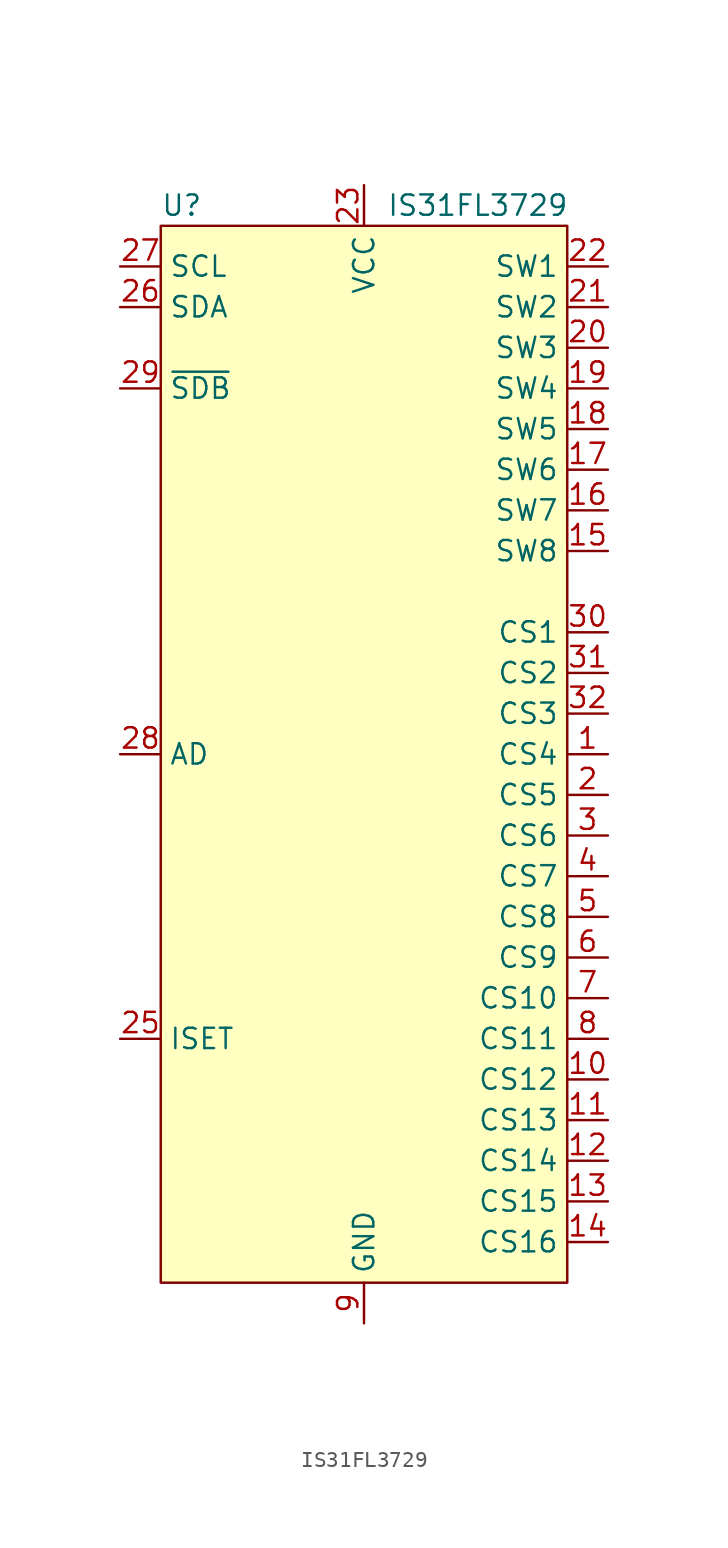
<source format=kicad_sym>
(kicad_symbol_lib
  (version 20241209)
  (generator "kicad_symbol_editor")
  (generator_version "9.0")
  (symbol "IS31FL3729"
    (property "Reference" "U"
      (at -12.7 34.29 0)
      (effects (font (size 1.27 1.27)) (justify left)))
    (property "Value" "IS31FL3729"
      (at 7.112 34.29 0)
      (effects (font (size 1.27 1.27))))
    (symbol "IS31FL3729_1_1"
      (rectangle (start -12.7 33.02) (end 12.7 -33.02) (stroke (width 0) (type solid)) (fill (type background)))
      (pin input line (at -15.24 30.48 0) (length 2.54) (name "SCL" (effects (font (size 1.27 1.27)))) (number "27" (effects (font (size 1.27 1.27)))))
      (pin input line (at -15.24 27.94 0) (length 2.54) (name "SDA" (effects (font (size 1.27 1.27)))) (number "26" (effects (font (size 1.27 1.27)))))
      (pin input line (at -15.24 22.86 0) (length 2.54) (name "~{SDB}" (effects (font (size 1.27 1.27)))) (number "29" (effects (font (size 1.27 1.27)))))
      (pin input line (at -15.24 0 0) (length 2.54) (name "AD" (effects (font (size 1.27 1.27)))) (number "28" (effects (font (size 1.27 1.27)))))
      (pin input line (at -15.24 -17.78 0) (length 2.54) (name "ISET" (effects (font (size 1.27 1.27)))) (number "25" (effects (font (size 1.27 1.27)))))
      (pin power_in line (at 0 35.56 270) (length 2.54) (name "VCC" (effects (font (size 1.27 1.27)))) (number "23" (effects (font (size 1.27 1.27)))))
      (pin power_in line (at 0 -35.56 90) (length 2.54) (hide yes) (name "GND" (effects (font (size 1.27 1.27)))) (number "24" (effects (font (size 1.27 1.27)))))
      (pin power_in line (at 0 -35.56 90) (length 2.54) (hide yes) (name "GND" (effects (font (size 1.27 1.27)))) (number "33" (effects (font (size 1.27 1.27)))))
      (pin power_in line (at 0 -35.56 90) (length 2.54) (name "GND" (effects (font (size 1.27 1.27)))) (number "9" (effects (font (size 1.27 1.27)))))
      (pin output line (at 15.24 30.48 180) (length 2.54) (name "SW1" (effects (font (size 1.27 1.27)))) (number "22" (effects (font (size 1.27 1.27)))))
      (pin output line (at 15.24 27.94 180) (length 2.54) (name "SW2" (effects (font (size 1.27 1.27)))) (number "21" (effects (font (size 1.27 1.27)))))
      (pin output line (at 15.24 25.4 180) (length 2.54) (name "SW3" (effects (font (size 1.27 1.27)))) (number "20" (effects (font (size 1.27 1.27)))))
      (pin output line (at 15.24 22.86 180) (length 2.54) (name "SW4" (effects (font (size 1.27 1.27)))) (number "19" (effects (font (size 1.27 1.27)))))
      (pin output line (at 15.24 20.32 180) (length 2.54) (name "SW5" (effects (font (size 1.27 1.27)))) (number "18" (effects (font (size 1.27 1.27)))))
      (pin output line (at 15.24 17.78 180) (length 2.54) (name "SW6" (effects (font (size 1.27 1.27)))) (number "17" (effects (font (size 1.27 1.27)))))
      (pin output line (at 15.24 15.24 180) (length 2.54) (name "SW7" (effects (font (size 1.27 1.27)))) (number "16" (effects (font (size 1.27 1.27)))))
      (pin output line (at 15.24 12.7 180) (length 2.54) (name "SW8" (effects (font (size 1.27 1.27)))) (number "15" (effects (font (size 1.27 1.27)))))
      (pin input line (at 15.24 7.62 180) (length 2.54) (name "CS1" (effects (font (size 1.27 1.27)))) (number "30" (effects (font (size 1.27 1.27)))))
      (pin input line (at 15.24 5.08 180) (length 2.54) (name "CS2" (effects (font (size 1.27 1.27)))) (number "31" (effects (font (size 1.27 1.27)))))
      (pin input line (at 15.24 2.54 180) (length 2.54) (name "CS3" (effects (font (size 1.27 1.27)))) (number "32" (effects (font (size 1.27 1.27)))))
      (pin input line (at 15.24 0 180) (length 2.54) (name "CS4" (effects (font (size 1.27 1.27)))) (number "1" (effects (font (size 1.27 1.27)))))
      (pin input line (at 15.24 -2.54 180) (length 2.54) (name "CS5" (effects (font (size 1.27 1.27)))) (number "2" (effects (font (size 1.27 1.27)))))
      (pin input line (at 15.24 -5.08 180) (length 2.54) (name "CS6" (effects (font (size 1.27 1.27)))) (number "3" (effects (font (size 1.27 1.27)))))
      (pin input line (at 15.24 -7.62 180) (length 2.54) (name "CS7" (effects (font (size 1.27 1.27)))) (number "4" (effects (font (size 1.27 1.27)))))
      (pin input line (at 15.24 -10.16 180) (length 2.54) (name "CS8" (effects (font (size 1.27 1.27)))) (number "5" (effects (font (size 1.27 1.27)))))
      (pin input line (at 15.24 -12.7 180) (length 2.54) (name "CS9" (effects (font (size 1.27 1.27)))) (number "6" (effects (font (size 1.27 1.27)))))
      (pin input line (at 15.24 -15.24 180) (length 2.54) (name "CS10" (effects (font (size 1.27 1.27)))) (number "7" (effects (font (size 1.27 1.27)))))
      (pin input line (at 15.24 -17.78 180) (length 2.54) (name "CS11" (effects (font (size 1.27 1.27)))) (number "8" (effects (font (size 1.27 1.27)))))
      (pin input line (at 15.24 -20.32 180) (length 2.54) (name "CS12" (effects (font (size 1.27 1.27)))) (number "10" (effects (font (size 1.27 1.27)))))
      (pin input line (at 15.24 -22.86 180) (length 2.54) (name "CS13" (effects (font (size 1.27 1.27)))) (number "11" (effects (font (size 1.27 1.27)))))
      (pin input line (at 15.24 -25.4 180) (length 2.54) (name "CS14" (effects (font (size 1.27 1.27)))) (number "12" (effects (font (size 1.27 1.27)))))
      (pin input line (at 15.24 -27.94 180) (length 2.54) (name "CS15" (effects (font (size 1.27 1.27)))) (number "13" (effects (font (size 1.27 1.27)))))
      (pin input line (at 15.24 -30.48 180) (length 2.54) (name "CS16" (effects (font (size 1.27 1.27)))) (number "14" (effects (font (size 1.27 1.27)))) (alternate "SW9" output line)))))
</source>
